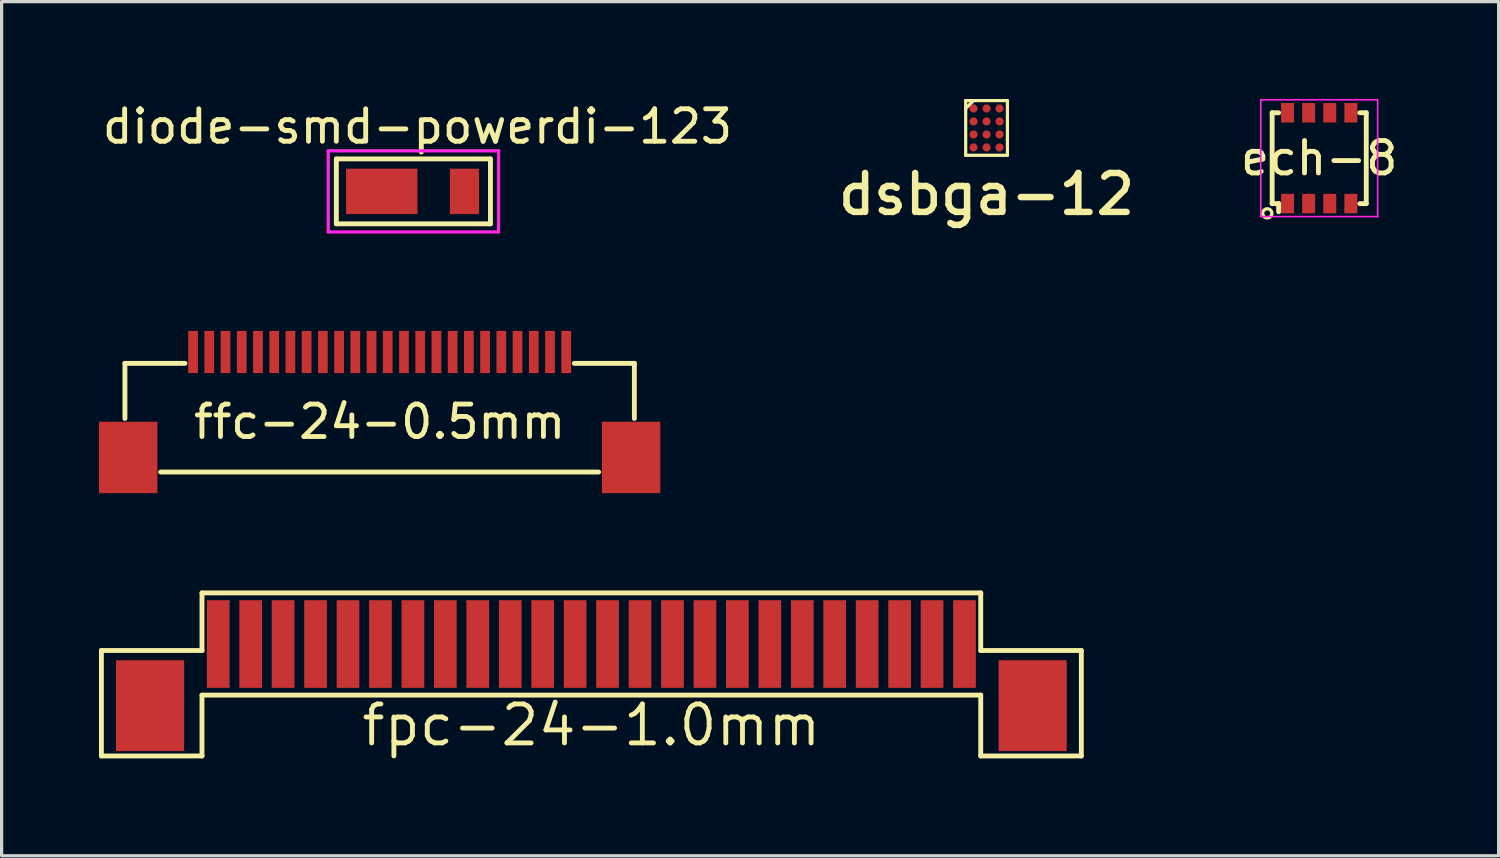
<source format=kicad_pcb>
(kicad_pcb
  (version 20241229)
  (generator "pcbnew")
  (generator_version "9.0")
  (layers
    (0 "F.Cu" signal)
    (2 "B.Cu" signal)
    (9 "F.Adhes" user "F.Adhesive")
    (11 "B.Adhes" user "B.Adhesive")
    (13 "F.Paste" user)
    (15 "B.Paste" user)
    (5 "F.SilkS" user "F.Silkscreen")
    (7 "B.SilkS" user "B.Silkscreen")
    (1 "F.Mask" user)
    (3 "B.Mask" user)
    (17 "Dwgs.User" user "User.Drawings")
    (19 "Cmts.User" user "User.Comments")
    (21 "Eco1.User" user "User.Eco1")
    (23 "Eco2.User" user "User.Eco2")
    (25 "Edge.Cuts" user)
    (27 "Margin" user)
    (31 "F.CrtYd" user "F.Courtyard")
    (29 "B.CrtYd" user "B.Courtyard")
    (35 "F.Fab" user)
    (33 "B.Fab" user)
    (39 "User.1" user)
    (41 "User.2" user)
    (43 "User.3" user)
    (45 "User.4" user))
  (footprint "ech-8"
    (layer "F.Cu")
    (at 37.606 1.825)
    (property "Reference" "ech-8" (at 0 0 0) (layer "F.SilkS") (effects (font (size 1 1) (thickness 0.15))))
    (attr through_hole)
    (fp_line (start -1.45 -1.4) (end -1.25 -1.4) (stroke (width 0.15) (type solid)) (layer "F.SilkS"))
    (fp_line (start -1.45 1.4) (end -1.45 -1.4) (stroke (width 0.15) (type solid)) (layer "F.SilkS"))
    (fp_line (start -1.45 1.4) (end -1.25 1.4) (stroke (width 0.15) (type solid)) (layer "F.SilkS"))
    (fp_line (start -1.25 1.4) (end -1.25 1.65) (stroke (width 0.15) (type solid)) (layer "F.SilkS"))
    (fp_line (start 1.45 -1.4) (end 1.25 -1.4) (stroke (width 0.15) (type solid)) (layer "F.SilkS"))
    (fp_line (start 1.45 -1.4) (end 1.45 1.4) (stroke (width 0.15) (type solid)) (layer "F.SilkS"))
    (fp_line (start 1.45 1.4) (end 1.25 1.4) (stroke (width 0.15) (type solid)) (layer "F.SilkS"))
    (fp_circle (center -1.6 1.7) (end -1.5 1.8) (stroke (width 0.1) (type solid)) (fill no) (layer "F.SilkS"))
    (fp_line (start -1.8 -1.8) (end 1.8 -1.8) (stroke (width 0.05) (type solid)) (layer "F.CrtYd"))
    (fp_line (start -1.8 1.8) (end -1.8 -1.8) (stroke (width 0.05) (type solid)) (layer "F.CrtYd"))
    (fp_line (start 1.8 -1.8) (end 1.8 1.8) (stroke (width 0.05) (type solid)) (layer "F.CrtYd"))
    (fp_line (start 1.8 1.8) (end -1.8 1.8) (stroke (width 0.05) (type solid)) (layer "F.CrtYd"))
    (pad "1" smd rect (at -0.975 1.4) (size 0.4 0.6) (layers "F.Cu" "F.Mask" "F.Paste"))
    (pad "2" smd rect (at -0.325 1.4) (size 0.4 0.6) (layers "F.Cu" "F.Mask" "F.Paste"))
    (pad "3" smd rect (at 0.325 1.4) (size 0.4 0.6) (layers "F.Cu" "F.Mask" "F.Paste"))
    (pad "4" smd rect (at 0.975 1.4) (size 0.4 0.6) (layers "F.Cu" "F.Mask" "F.Paste"))
    (pad "5" smd rect (at 0.975 -1.4) (size 0.4 0.6) (layers "F.Cu" "F.Mask" "F.Paste"))
    (pad "6" smd rect (at 0.325 -1.4) (size 0.4 0.6) (layers "F.Cu" "F.Mask" "F.Paste"))
    (pad "7" smd rect (at -0.325 -1.4) (size 0.4 0.6) (layers "F.Cu" "F.Mask" "F.Paste"))
    (pad "8" smd rect (at -0.975 -1.4) (size 0.4 0.6) (layers "F.Cu" "F.Mask" "F.Paste")))
  (footprint "ffc-24-0.5mm"
    (layer "F.Cu")
    (at 8.65 7.798)
    (property "Reference" "ffc-24-0.5mm" (at 0 2.15 0) (layer "F.SilkS") (effects (font (size 1 1) (thickness 0.15))))
    (attr through_hole)
    (fp_line (start -7.85 0.35) (end -7.85 2.05) (stroke (width 0.15) (type solid)) (layer "F.SilkS"))
    (fp_line (start -6.75 3.7) (end 6.75 3.7) (stroke (width 0.15) (type solid)) (layer "F.SilkS"))
    (fp_line (start -6 0.35) (end -7.85 0.35) (stroke (width 0.15) (type solid)) (layer "F.SilkS"))
    (fp_line (start 6 0.35) (end 7.85 0.35) (stroke (width 0.15) (type solid)) (layer "F.SilkS"))
    (fp_line (start 7.85 0.35) (end 7.85 2.05) (stroke (width 0.15) (type solid)) (layer "F.SilkS"))
    (pad "0" smd rect (at -7.75 3.25) (size 1.8 2.2) (layers "F.Cu" "F.Mask" "F.Paste"))
    (pad "0" smd rect (at 7.75 3.25) (size 1.8 2.2) (layers "F.Cu" "F.Mask" "F.Paste"))
    (pad "1" smd rect (at -5.75 0) (size 0.3 1.3) (layers "F.Cu" "F.Mask" "F.Paste"))
    (pad "2" smd rect (at -5.25 0) (size 0.3 1.3) (layers "F.Cu" "F.Mask" "F.Paste"))
    (pad "3" smd rect (at -4.75 0) (size 0.3 1.3) (layers "F.Cu" "F.Mask" "F.Paste"))
    (pad "4" smd rect (at -4.25 0) (size 0.3 1.3) (layers "F.Cu" "F.Mask" "F.Paste"))
    (pad "5" smd rect (at -3.75 0) (size 0.3 1.3) (layers "F.Cu" "F.Mask" "F.Paste"))
    (pad "6" smd rect (at -3.25 0) (size 0.3 1.3) (layers "F.Cu" "F.Mask" "F.Paste"))
    (pad "7" smd rect (at -2.75 0) (size 0.3 1.3) (layers "F.Cu" "F.Mask" "F.Paste"))
    (pad "8" smd rect (at -2.25 0) (size 0.3 1.3) (layers "F.Cu" "F.Mask" "F.Paste"))
    (pad "9" smd rect (at -1.75 0) (size 0.3 1.3) (layers "F.Cu" "F.Mask" "F.Paste"))
    (pad "10" smd rect (at -1.25 0) (size 0.3 1.3) (layers "F.Cu" "F.Mask" "F.Paste"))
    (pad "11" smd rect (at -0.75 0) (size 0.3 1.3) (layers "F.Cu" "F.Mask" "F.Paste"))
    (pad "12" smd rect (at -0.25 0) (size 0.3 1.3) (layers "F.Cu" "F.Mask" "F.Paste"))
    (pad "13" smd rect (at 0.25 0) (size 0.3 1.3) (layers "F.Cu" "F.Mask" "F.Paste"))
    (pad "14" smd rect (at 0.75 0) (size 0.3 1.3) (layers "F.Cu" "F.Mask" "F.Paste"))
    (pad "15" smd rect (at 1.25 0) (size 0.3 1.3) (layers "F.Cu" "F.Mask" "F.Paste"))
    (pad "16" smd rect (at 1.75 0) (size 0.3 1.3) (layers "F.Cu" "F.Mask" "F.Paste"))
    (pad "17" smd rect (at 2.25 0) (size 0.3 1.3) (layers "F.Cu" "F.Mask" "F.Paste"))
    (pad "18" smd rect (at 2.75 0) (size 0.3 1.3) (layers "F.Cu" "F.Mask" "F.Paste"))
    (pad "19" smd rect (at 3.25 0) (size 0.3 1.3) (layers "F.Cu" "F.Mask" "F.Paste"))
    (pad "20" smd rect (at 3.75 0) (size 0.3 1.3) (layers "F.Cu" "F.Mask" "F.Paste"))
    (pad "21" smd rect (at 4.25 0) (size 0.3 1.3) (layers "F.Cu" "F.Mask" "F.Paste"))
    (pad "22" smd rect (at 4.75 0) (size 0.3 1.3) (layers "F.Cu" "F.Mask" "F.Paste"))
    (pad "23" smd rect (at 5.25 0) (size 0.3 1.3) (layers "F.Cu" "F.Mask" "F.Paste"))
    (pad "24" smd rect (at 5.75 0) (size 0.3 1.3) (layers "F.Cu" "F.Mask" "F.Paste")))
  (footprint "fpc-24-1.0mm"
    (layer "F.Cu")
    (at 15.175 16.798)
    (property "Reference" "fpc-24-1.0mm" (at 0 2.5 0) (layer "F.SilkS") (effects (font (size 1.2 1.2) (thickness 0.15))))
    (attr through_hole)
    (fp_line (start -15.1 0.2) (end -12 0.2) (stroke (width 0.15) (type solid)) (layer "F.SilkS"))
    (fp_line (start -15.1 3.45) (end -15.1 0.2) (stroke (width 0.15) (type solid)) (layer "F.SilkS"))
    (fp_line (start -12 -1.575) (end 12 -1.575) (stroke (width 0.15) (type solid)) (layer "F.SilkS"))
    (fp_line (start -12 0.2) (end -12 -1.575) (stroke (width 0.15) (type solid)) (layer "F.SilkS"))
    (fp_line (start -12 1.575) (end -12 3.45) (stroke (width 0.15) (type solid)) (layer "F.SilkS"))
    (fp_line (start -12 1.575) (end 12 1.575) (stroke (width 0.15) (type solid)) (layer "F.SilkS"))
    (fp_line (start -12 3.45) (end -15.1 3.45) (stroke (width 0.15) (type solid)) (layer "F.SilkS"))
    (fp_line (start 12 0.2) (end 12 -1.575) (stroke (width 0.15) (type solid)) (layer "F.SilkS"))
    (fp_line (start 12 1.575) (end 12 3.45) (stroke (width 0.15) (type solid)) (layer "F.SilkS"))
    (fp_line (start 12 3.45) (end 15.1 3.45) (stroke (width 0.15) (type solid)) (layer "F.SilkS"))
    (fp_line (start 15.1 0.2) (end 12 0.2) (stroke (width 0.15) (type solid)) (layer "F.SilkS"))
    (fp_line (start 15.1 3.45) (end 15.1 0.2) (stroke (width 0.15) (type solid)) (layer "F.SilkS"))
    (pad "0" smd rect (at -13.6 1.9) (size 2.1 2.8) (layers "F.Cu" "F.Mask" "F.Paste"))
    (pad "0" smd rect (at 13.6 1.9) (size 2.1 2.8) (layers "F.Cu" "F.Mask" "F.Paste"))
    (pad "1" smd rect (at -11.5 0) (size 0.7 2.7) (layers "F.Cu" "F.Mask" "F.Paste"))
    (pad "2" smd rect (at -10.5 0) (size 0.7 2.7) (layers "F.Cu" "F.Mask" "F.Paste"))
    (pad "3" smd rect (at -9.5 0) (size 0.7 2.7) (layers "F.Cu" "F.Mask" "F.Paste"))
    (pad "4" smd rect (at -8.5 0) (size 0.7 2.7) (layers "F.Cu" "F.Mask" "F.Paste"))
    (pad "5" smd rect (at -7.5 0) (size 0.7 2.7) (layers "F.Cu" "F.Mask" "F.Paste"))
    (pad "6" smd rect (at -6.5 0) (size 0.7 2.7) (layers "F.Cu" "F.Mask" "F.Paste"))
    (pad "7" smd rect (at -5.5 0) (size 0.7 2.7) (layers "F.Cu" "F.Mask" "F.Paste"))
    (pad "8" smd rect (at -4.5 0) (size 0.7 2.7) (layers "F.Cu" "F.Mask" "F.Paste"))
    (pad "9" smd rect (at -3.5 0) (size 0.7 2.7) (layers "F.Cu" "F.Mask" "F.Paste"))
    (pad "10" smd rect (at -2.5 0) (size 0.7 2.7) (layers "F.Cu" "F.Mask" "F.Paste"))
    (pad "11" smd rect (at -1.5 0) (size 0.7 2.7) (layers "F.Cu" "F.Mask" "F.Paste"))
    (pad "12" smd rect (at -0.5 0) (size 0.7 2.7) (layers "F.Cu" "F.Mask" "F.Paste"))
    (pad "13" smd rect (at 0.5 0) (size 0.7 2.7) (layers "F.Cu" "F.Mask" "F.Paste"))
    (pad "14" smd rect (at 1.5 0) (size 0.7 2.7) (layers "F.Cu" "F.Mask" "F.Paste"))
    (pad "15" smd rect (at 2.5 0) (size 0.7 2.7) (layers "F.Cu" "F.Mask" "F.Paste"))
    (pad "16" smd rect (at 3.5 0) (size 0.7 2.7) (layers "F.Cu" "F.Mask" "F.Paste"))
    (pad "17" smd rect (at 4.5 0) (size 0.7 2.7) (layers "F.Cu" "F.Mask" "F.Paste"))
    (pad "18" smd rect (at 5.5 0) (size 0.7 2.7) (layers "F.Cu" "F.Mask" "F.Paste"))
    (pad "19" smd rect (at 6.5 0) (size 0.7 2.7) (layers "F.Cu" "F.Mask" "F.Paste"))
    (pad "20" smd rect (at 7.5 0) (size 0.7 2.7) (layers "F.Cu" "F.Mask" "F.Paste"))
    (pad "21" smd rect (at 8.5 0) (size 0.7 2.7) (layers "F.Cu" "F.Mask" "F.Paste"))
    (pad "22" smd rect (at 9.5 0) (size 0.7 2.7) (layers "F.Cu" "F.Mask" "F.Paste"))
    (pad "23" smd rect (at 10.5 0) (size 0.7 2.7) (layers "F.Cu" "F.Mask" "F.Paste"))
    (pad "24" smd rect (at 11.5 0) (size 0.7 2.7) (layers "F.Cu" "F.Mask" "F.Paste")))
  (footprint "dsbga-12"
    (layer "F.Cu")
    (at 27.354 0.893)
    (property "Reference" "dsbga-12" (at 0 2.043 0) (layer "F.SilkS") (effects (font (size 1.2 1.2) (thickness 0.2))))
    (attr through_hole)
    (fp_line (start -0.643 -0.843) (end -0.643 0.843) (stroke (width 0.1) (type solid)) (layer "F.SilkS"))
    (fp_line (start -0.643 0.843) (end 0.643 0.843) (stroke (width 0.1) (type solid)) (layer "F.SilkS"))
    (fp_line (start -0.4 -0.843) (end -0.643 -0.6) (stroke (width 0.1) (type solid)) (layer "F.SilkS"))
    (fp_line (start 0.643 -0.843) (end -0.643 -0.843) (stroke (width 0.1) (type solid)) (layer "F.SilkS"))
    (fp_line (start 0.643 0.843) (end 0.643 -0.843) (stroke (width 0.1) (type solid)) (layer "F.SilkS"))
    (pad "A1" smd circle (at -0.4 -0.6) (size 0.25 0.25) (layers "F.Cu" "F.Mask" "F.Paste"))
    (pad "A2" smd circle (at 0 -0.6) (size 0.25 0.25) (layers "F.Cu" "F.Mask" "F.Paste"))
    (pad "A3" smd circle (at 0.4 -0.6) (size 0.25 0.25) (layers "F.Cu" "F.Mask" "F.Paste"))
    (pad "B1" smd circle (at -0.4 -0.2) (size 0.25 0.25) (layers "F.Cu" "F.Mask" "F.Paste"))
    (pad "B2" smd circle (at 0 -0.2) (size 0.25 0.25) (layers "F.Cu" "F.Mask" "F.Paste"))
    (pad "B3" smd circle (at 0.4 -0.2) (size 0.25 0.25) (layers "F.Cu" "F.Mask" "F.Paste"))
    (pad "C1" smd circle (at -0.4 0.2) (size 0.25 0.25) (layers "F.Cu" "F.Mask" "F.Paste"))
    (pad "C2" smd circle (at 0 0.2) (size 0.25 0.25) (layers "F.Cu" "F.Mask" "F.Paste"))
    (pad "C3" smd circle (at 0.4 0.2) (size 0.25 0.25) (layers "F.Cu" "F.Mask" "F.Paste"))
    (pad "D1" smd circle (at -0.4 0.6) (size 0.25 0.25) (layers "F.Cu" "F.Mask" "F.Paste"))
    (pad "D2" smd circle (at 0 0.6) (size 0.25 0.25) (layers "F.Cu" "F.Mask" "F.Paste"))
    (pad "D3" smd circle (at 0.4 0.6) (size 0.25 0.25) (layers "F.Cu" "F.Mask" "F.Paste")))
  (footprint "diode-smd-powerdi-123"
    (layer "F.Cu")
    (at 9.815 2.848)
    (property "Reference" "diode-smd-powerdi-123" (at 0 -2 0) (layer "F.SilkS") (effects (font (size 1 1) (thickness 0.15))))
    (attr through_hole)
    (fp_line (start -2.5 -1) (end -2.5 1) (stroke (width 0.15) (type solid)) (layer "F.SilkS"))
    (fp_line (start -2.5 1) (end 2.25 1) (stroke (width 0.15) (type solid)) (layer "F.SilkS"))
    (fp_line (start 2.25 -1) (end -2.5 -1) (stroke (width 0.15) (type solid)) (layer "F.SilkS"))
    (fp_line (start 2.25 1) (end 2.25 -1) (stroke (width 0.15) (type solid)) (layer "F.SilkS"))
    (fp_line (start -2.75 -1.25) (end -2.75 1.25) (stroke (width 0.1) (type solid)) (layer "F.CrtYd"))
    (fp_line (start -2.75 1.25) (end 2.5 1.25) (stroke (width 0.1) (type solid)) (layer "F.CrtYd"))
    (fp_line (start 2.5 -1.25) (end -2.75 -1.25) (stroke (width 0.1) (type solid)) (layer "F.CrtYd"))
    (fp_line (start 2.5 1.25) (end 2.5 -1.25) (stroke (width 0.1) (type solid)) (layer "F.CrtYd"))
    (pad "1" smd rect (at -1.1 0) (size 2.2 1.4) (layers "F.Cu" "F.Mask" "F.Paste"))
    (pad "2" smd rect (at 1.45 0) (size 0.9 1.4) (layers "F.Cu" "F.Mask" "F.Paste")))
  (gr_rect
    (start -3 -3)
    (end 43.136 23.323)
    (stroke (width 0.1) (type default))
    (fill no)
    (layer "Edge.Cuts")))
</source>
